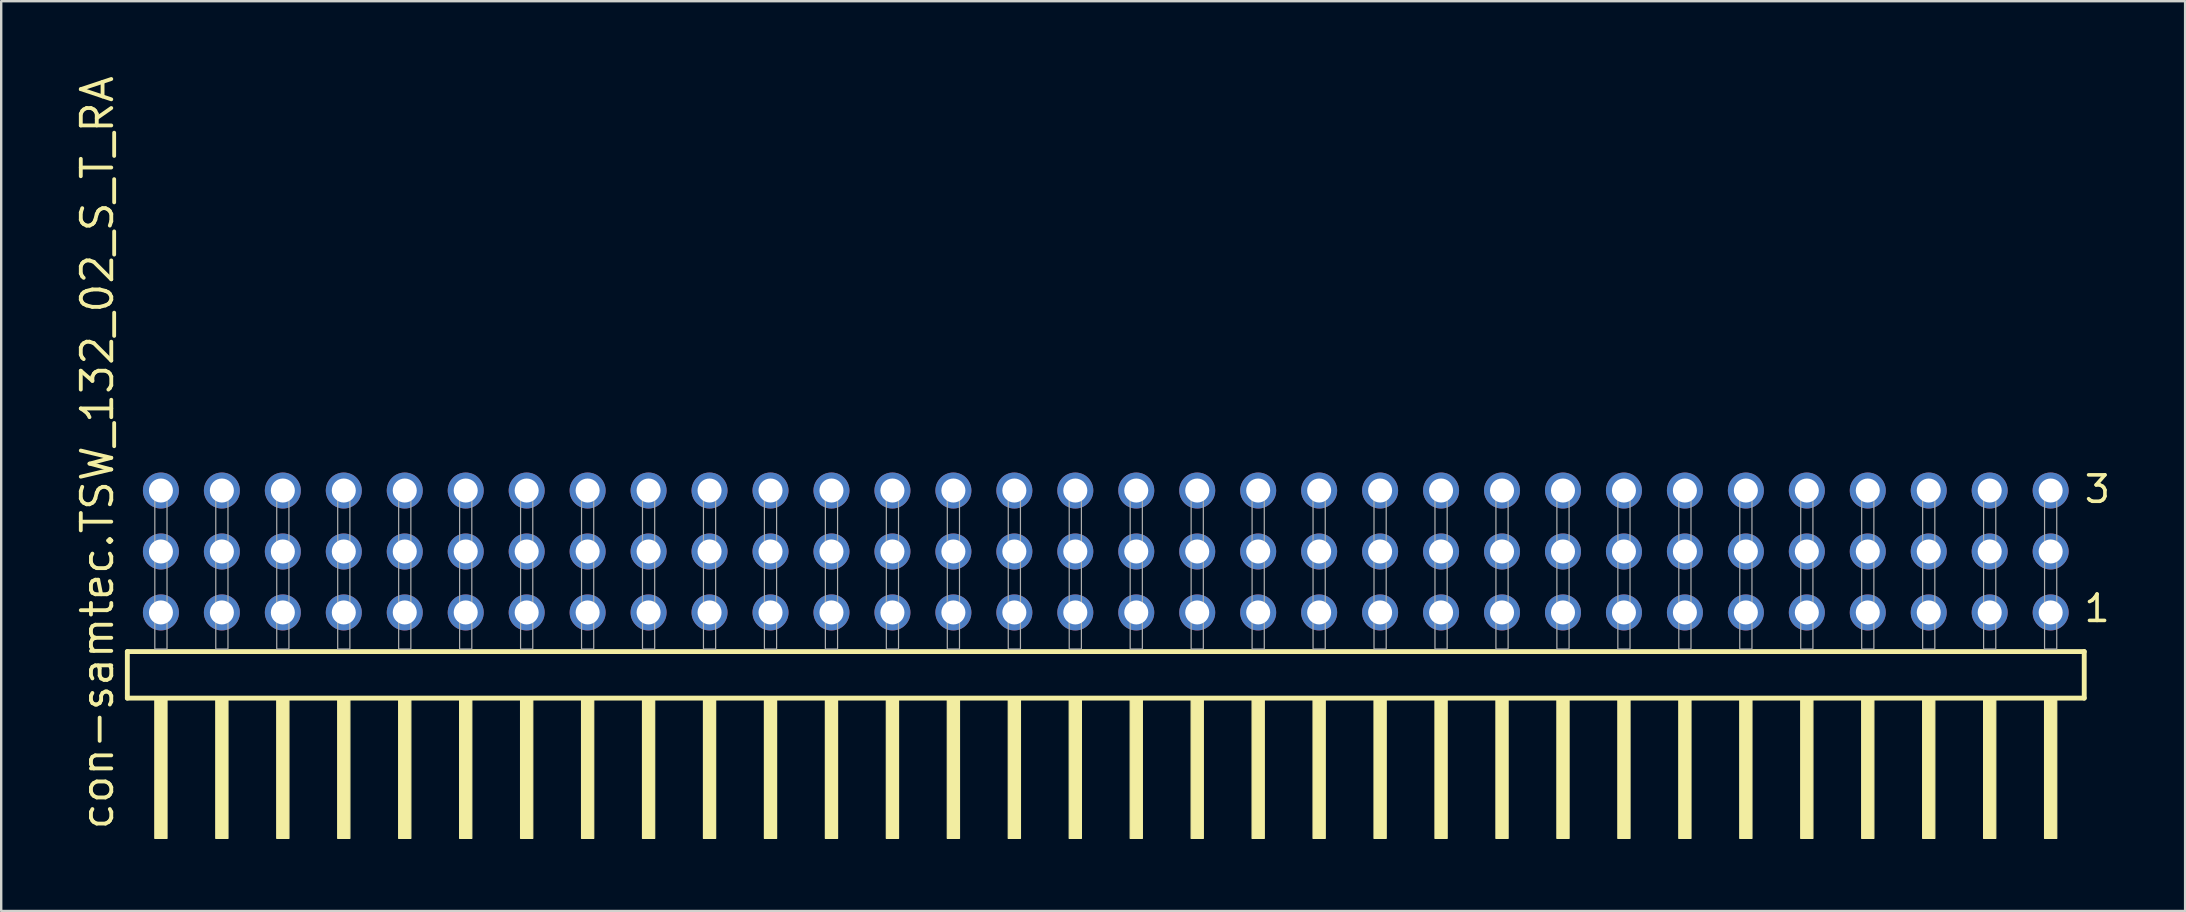
<source format=kicad_pcb>
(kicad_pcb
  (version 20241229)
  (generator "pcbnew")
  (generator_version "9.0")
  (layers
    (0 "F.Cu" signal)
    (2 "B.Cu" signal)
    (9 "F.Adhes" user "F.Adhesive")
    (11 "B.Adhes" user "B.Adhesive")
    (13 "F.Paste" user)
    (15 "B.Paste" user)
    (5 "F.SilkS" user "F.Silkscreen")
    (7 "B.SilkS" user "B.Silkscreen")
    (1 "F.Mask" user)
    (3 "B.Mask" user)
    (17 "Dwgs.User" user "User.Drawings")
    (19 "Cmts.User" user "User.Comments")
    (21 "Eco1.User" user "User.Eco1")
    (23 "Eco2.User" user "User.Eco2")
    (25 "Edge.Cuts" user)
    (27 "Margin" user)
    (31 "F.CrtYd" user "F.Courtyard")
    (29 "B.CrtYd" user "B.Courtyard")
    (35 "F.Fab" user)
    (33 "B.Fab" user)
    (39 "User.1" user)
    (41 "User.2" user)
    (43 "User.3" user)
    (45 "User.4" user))
  (footprint "con-samtec.TSW_132_02_S_T_RA"
    (layer "F.Cu")
    (at 43.025 23.993)
    (property "Reference" "con-samtec.TSW_132_02_S_T_RA" (at -41.275 7.62 90) (layer "F.SilkS") (effects (font (size 1.27 1.27) (thickness 0.16)) (justify left bottom)))
    (attr through_hole)
    (fp_line (start -40.769 0.106) (end -40.769 2.046) (stroke (width 0.203) (type default)) (layer "F.SilkS"))
    (fp_line (start -40.769 2.046) (end 40.769 2.046) (stroke (width 0.203) (type default)) (layer "F.SilkS"))
    (fp_line (start 40.769 0.106) (end -40.769 0.106) (stroke (width 0.203) (type default)) (layer "F.SilkS"))
    (fp_line (start 40.769 2.046) (end 40.769 0.106) (stroke (width 0.203) (type default)) (layer "F.SilkS"))
    (fp_rect (start -39.624 7.89) (end -39.116 2.04) (stroke (width 0.05) (type default)) (fill yes) (layer "F.SilkS"))
    (fp_rect (start -37.084 7.89) (end -36.576 2.04) (stroke (width 0.05) (type default)) (fill yes) (layer "F.SilkS"))
    (fp_rect (start -34.544 7.89) (end -34.036 2.04) (stroke (width 0.05) (type default)) (fill yes) (layer "F.SilkS"))
    (fp_rect (start -32.004 7.89) (end -31.496 2.04) (stroke (width 0.05) (type default)) (fill yes) (layer "F.SilkS"))
    (fp_rect (start -29.464 7.89) (end -28.956 2.04) (stroke (width 0.05) (type default)) (fill yes) (layer "F.SilkS"))
    (fp_rect (start -26.924 7.89) (end -26.416 2.04) (stroke (width 0.05) (type default)) (fill yes) (layer "F.SilkS"))
    (fp_rect (start -24.384 7.89) (end -23.876 2.04) (stroke (width 0.05) (type default)) (fill yes) (layer "F.SilkS"))
    (fp_rect (start -21.844 7.89) (end -21.336 2.04) (stroke (width 0.05) (type default)) (fill yes) (layer "F.SilkS"))
    (fp_rect (start -19.304 7.89) (end -18.796 2.04) (stroke (width 0.05) (type default)) (fill yes) (layer "F.SilkS"))
    (fp_rect (start -16.764 7.89) (end -16.256 2.04) (stroke (width 0.05) (type default)) (fill yes) (layer "F.SilkS"))
    (fp_rect (start -14.224 7.89) (end -13.716 2.04) (stroke (width 0.05) (type default)) (fill yes) (layer "F.SilkS"))
    (fp_rect (start -11.684 7.89) (end -11.176 2.04) (stroke (width 0.05) (type default)) (fill yes) (layer "F.SilkS"))
    (fp_rect (start -9.144 7.89) (end -8.636 2.04) (stroke (width 0.05) (type default)) (fill yes) (layer "F.SilkS"))
    (fp_rect (start -6.604 7.89) (end -6.096 2.04) (stroke (width 0.05) (type default)) (fill yes) (layer "F.SilkS"))
    (fp_rect (start -4.064 7.89) (end -3.556 2.04) (stroke (width 0.05) (type default)) (fill yes) (layer "F.SilkS"))
    (fp_rect (start -1.524 7.89) (end -1.016 2.04) (stroke (width 0.05) (type default)) (fill yes) (layer "F.SilkS"))
    (fp_rect (start 1.016 7.89) (end 1.524 2.04) (stroke (width 0.05) (type default)) (fill yes) (layer "F.SilkS"))
    (fp_rect (start 3.556 7.89) (end 4.064 2.04) (stroke (width 0.05) (type default)) (fill yes) (layer "F.SilkS"))
    (fp_rect (start 6.096 7.89) (end 6.604 2.04) (stroke (width 0.05) (type default)) (fill yes) (layer "F.SilkS"))
    (fp_rect (start 8.636 7.89) (end 9.144 2.04) (stroke (width 0.05) (type default)) (fill yes) (layer "F.SilkS"))
    (fp_rect (start 11.176 7.89) (end 11.684 2.04) (stroke (width 0.05) (type default)) (fill yes) (layer "F.SilkS"))
    (fp_rect (start 13.716 7.89) (end 14.224 2.04) (stroke (width 0.05) (type default)) (fill yes) (layer "F.SilkS"))
    (fp_rect (start 16.256 7.89) (end 16.764 2.04) (stroke (width 0.05) (type default)) (fill yes) (layer "F.SilkS"))
    (fp_rect (start 18.796 7.89) (end 19.304 2.04) (stroke (width 0.05) (type default)) (fill yes) (layer "F.SilkS"))
    (fp_rect (start 21.336 7.89) (end 21.844 2.04) (stroke (width 0.05) (type default)) (fill yes) (layer "F.SilkS"))
    (fp_rect (start 23.876 7.89) (end 24.384 2.04) (stroke (width 0.05) (type default)) (fill yes) (layer "F.SilkS"))
    (fp_rect (start 26.416 7.89) (end 26.924 2.04) (stroke (width 0.05) (type default)) (fill yes) (layer "F.SilkS"))
    (fp_rect (start 28.956 7.89) (end 29.464 2.04) (stroke (width 0.05) (type default)) (fill yes) (layer "F.SilkS"))
    (fp_rect (start 31.496 7.89) (end 32.004 2.04) (stroke (width 0.05) (type default)) (fill yes) (layer "F.SilkS"))
    (fp_rect (start 34.036 7.89) (end 34.544 2.04) (stroke (width 0.05) (type default)) (fill yes) (layer "F.SilkS"))
    (fp_rect (start 36.576 7.89) (end 37.084 2.04) (stroke (width 0.05) (type default)) (fill yes) (layer "F.SilkS"))
    (fp_rect (start 39.116 7.89) (end 39.624 2.04) (stroke (width 0.05) (type default)) (fill yes) (layer "F.SilkS"))
    (fp_rect (start -39.624 0) (end -39.116 -6.858) (stroke (width 0.05) (type default)) (fill no) (layer "F.Fab"))
    (fp_rect (start -37.084 0) (end -36.576 -6.858) (stroke (width 0.05) (type default)) (fill no) (layer "F.Fab"))
    (fp_rect (start -34.544 0) (end -34.036 -6.858) (stroke (width 0.05) (type default)) (fill no) (layer "F.Fab"))
    (fp_rect (start -32.004 0) (end -31.496 -6.858) (stroke (width 0.05) (type default)) (fill no) (layer "F.Fab"))
    (fp_rect (start -29.464 0) (end -28.956 -6.858) (stroke (width 0.05) (type default)) (fill no) (layer "F.Fab"))
    (fp_rect (start -26.924 0) (end -26.416 -6.858) (stroke (width 0.05) (type default)) (fill no) (layer "F.Fab"))
    (fp_rect (start -24.384 0) (end -23.876 -6.858) (stroke (width 0.05) (type default)) (fill no) (layer "F.Fab"))
    (fp_rect (start -21.844 0) (end -21.336 -6.858) (stroke (width 0.05) (type default)) (fill no) (layer "F.Fab"))
    (fp_rect (start -19.304 0) (end -18.796 -6.858) (stroke (width 0.05) (type default)) (fill no) (layer "F.Fab"))
    (fp_rect (start -16.764 0) (end -16.256 -6.858) (stroke (width 0.05) (type default)) (fill no) (layer "F.Fab"))
    (fp_rect (start -14.224 0) (end -13.716 -6.858) (stroke (width 0.05) (type default)) (fill no) (layer "F.Fab"))
    (fp_rect (start -11.684 0) (end -11.176 -6.858) (stroke (width 0.05) (type default)) (fill no) (layer "F.Fab"))
    (fp_rect (start -9.144 0) (end -8.636 -6.858) (stroke (width 0.05) (type default)) (fill no) (layer "F.Fab"))
    (fp_rect (start -6.604 0) (end -6.096 -6.858) (stroke (width 0.05) (type default)) (fill no) (layer "F.Fab"))
    (fp_rect (start -4.064 0) (end -3.556 -6.858) (stroke (width 0.05) (type default)) (fill no) (layer "F.Fab"))
    (fp_rect (start -1.524 0) (end -1.016 -6.858) (stroke (width 0.05) (type default)) (fill no) (layer "F.Fab"))
    (fp_rect (start 1.016 0) (end 1.524 -6.858) (stroke (width 0.05) (type default)) (fill no) (layer "F.Fab"))
    (fp_rect (start 3.556 0) (end 4.064 -6.858) (stroke (width 0.05) (type default)) (fill no) (layer "F.Fab"))
    (fp_rect (start 6.096 0) (end 6.604 -6.858) (stroke (width 0.05) (type default)) (fill no) (layer "F.Fab"))
    (fp_rect (start 8.636 0) (end 9.144 -6.858) (stroke (width 0.05) (type default)) (fill no) (layer "F.Fab"))
    (fp_rect (start 11.176 0) (end 11.684 -6.858) (stroke (width 0.05) (type default)) (fill no) (layer "F.Fab"))
    (fp_rect (start 13.716 0) (end 14.224 -6.858) (stroke (width 0.05) (type default)) (fill no) (layer "F.Fab"))
    (fp_rect (start 16.256 0) (end 16.764 -6.858) (stroke (width 0.05) (type default)) (fill no) (layer "F.Fab"))
    (fp_rect (start 18.796 0) (end 19.304 -6.858) (stroke (width 0.05) (type default)) (fill no) (layer "F.Fab"))
    (fp_rect (start 21.336 0) (end 21.844 -6.858) (stroke (width 0.05) (type default)) (fill no) (layer "F.Fab"))
    (fp_rect (start 23.876 0) (end 24.384 -6.858) (stroke (width 0.05) (type default)) (fill no) (layer "F.Fab"))
    (fp_rect (start 26.416 0) (end 26.924 -6.858) (stroke (width 0.05) (type default)) (fill no) (layer "F.Fab"))
    (fp_rect (start 28.956 0) (end 29.464 -6.858) (stroke (width 0.05) (type default)) (fill no) (layer "F.Fab"))
    (fp_rect (start 31.496 0) (end 32.004 -6.858) (stroke (width 0.05) (type default)) (fill no) (layer "F.Fab"))
    (fp_rect (start 34.036 0) (end 34.544 -6.858) (stroke (width 0.05) (type default)) (fill no) (layer "F.Fab"))
    (fp_rect (start 36.576 0) (end 37.084 -6.858) (stroke (width 0.05) (type default)) (fill no) (layer "F.Fab"))
    (fp_rect (start 39.116 0) (end 39.624 -6.858) (stroke (width 0.05) (type default)) (fill no) (layer "F.Fab"))
    (fp_text user "1" (at 40.68 -1.05 0) (layer "F.SilkS") (effects (font (size 1.1 1.1) (thickness 0.15)) (justify left bottom)))
    (fp_text user "3" (at 40.695 -6.015 0) (layer "F.SilkS") (effects (font (size 1.1 1.1) (thickness 0.15)) (justify left bottom)))
    (pad "1" thru_hole circle (at 39.37 -1.524 180) (size 1.5 1.5) (drill 1) (layers "*.Cu" "*.Mask"))
    (pad "2" thru_hole circle (at 39.37 -4.064 180) (size 1.5 1.5) (drill 1) (layers "*.Cu" "*.Mask"))
    (pad "3" thru_hole circle (at 39.37 -6.604 180) (size 1.5 1.5) (drill 1) (layers "*.Cu" "*.Mask"))
    (pad "4" thru_hole circle (at 36.83 -1.524 180) (size 1.5 1.5) (drill 1) (layers "*.Cu" "*.Mask"))
    (pad "5" thru_hole circle (at 36.83 -4.064 180) (size 1.5 1.5) (drill 1) (layers "*.Cu" "*.Mask"))
    (pad "6" thru_hole circle (at 36.83 -6.604 180) (size 1.5 1.5) (drill 1) (layers "*.Cu" "*.Mask"))
    (pad "7" thru_hole circle (at 34.29 -1.524 180) (size 1.5 1.5) (drill 1) (layers "*.Cu" "*.Mask"))
    (pad "8" thru_hole circle (at 34.29 -4.064 180) (size 1.5 1.5) (drill 1) (layers "*.Cu" "*.Mask"))
    (pad "9" thru_hole circle (at 34.29 -6.604 180) (size 1.5 1.5) (drill 1) (layers "*.Cu" "*.Mask"))
    (pad "10" thru_hole circle (at 31.75 -1.524 180) (size 1.5 1.5) (drill 1) (layers "*.Cu" "*.Mask"))
    (pad "11" thru_hole circle (at 31.75 -4.064 180) (size 1.5 1.5) (drill 1) (layers "*.Cu" "*.Mask"))
    (pad "12" thru_hole circle (at 31.75 -6.604 180) (size 1.5 1.5) (drill 1) (layers "*.Cu" "*.Mask"))
    (pad "13" thru_hole circle (at 29.21 -1.524 180) (size 1.5 1.5) (drill 1) (layers "*.Cu" "*.Mask"))
    (pad "14" thru_hole circle (at 29.21 -4.064 180) (size 1.5 1.5) (drill 1) (layers "*.Cu" "*.Mask"))
    (pad "15" thru_hole circle (at 29.21 -6.604 180) (size 1.5 1.5) (drill 1) (layers "*.Cu" "*.Mask"))
    (pad "16" thru_hole circle (at 26.67 -1.524 180) (size 1.5 1.5) (drill 1) (layers "*.Cu" "*.Mask"))
    (pad "17" thru_hole circle (at 26.67 -4.064 180) (size 1.5 1.5) (drill 1) (layers "*.Cu" "*.Mask"))
    (pad "18" thru_hole circle (at 26.67 -6.604 180) (size 1.5 1.5) (drill 1) (layers "*.Cu" "*.Mask"))
    (pad "19" thru_hole circle (at 24.13 -1.524 180) (size 1.5 1.5) (drill 1) (layers "*.Cu" "*.Mask"))
    (pad "20" thru_hole circle (at 24.13 -4.064 180) (size 1.5 1.5) (drill 1) (layers "*.Cu" "*.Mask"))
    (pad "21" thru_hole circle (at 24.13 -6.604 180) (size 1.5 1.5) (drill 1) (layers "*.Cu" "*.Mask"))
    (pad "22" thru_hole circle (at 21.59 -1.524 180) (size 1.5 1.5) (drill 1) (layers "*.Cu" "*.Mask"))
    (pad "23" thru_hole circle (at 21.59 -4.064 180) (size 1.5 1.5) (drill 1) (layers "*.Cu" "*.Mask"))
    (pad "24" thru_hole circle (at 21.59 -6.604 180) (size 1.5 1.5) (drill 1) (layers "*.Cu" "*.Mask"))
    (pad "25" thru_hole circle (at 19.05 -1.524 180) (size 1.5 1.5) (drill 1) (layers "*.Cu" "*.Mask"))
    (pad "26" thru_hole circle (at 19.05 -4.064 180) (size 1.5 1.5) (drill 1) (layers "*.Cu" "*.Mask"))
    (pad "27" thru_hole circle (at 19.05 -6.604 180) (size 1.5 1.5) (drill 1) (layers "*.Cu" "*.Mask"))
    (pad "28" thru_hole circle (at 16.51 -1.524 180) (size 1.5 1.5) (drill 1) (layers "*.Cu" "*.Mask"))
    (pad "29" thru_hole circle (at 16.51 -4.064 180) (size 1.5 1.5) (drill 1) (layers "*.Cu" "*.Mask"))
    (pad "30" thru_hole circle (at 16.51 -6.604 180) (size 1.5 1.5) (drill 1) (layers "*.Cu" "*.Mask"))
    (pad "31" thru_hole circle (at 13.97 -1.524 180) (size 1.5 1.5) (drill 1) (layers "*.Cu" "*.Mask"))
    (pad "32" thru_hole circle (at 13.97 -4.064 180) (size 1.5 1.5) (drill 1) (layers "*.Cu" "*.Mask"))
    (pad "33" thru_hole circle (at 13.97 -6.604 180) (size 1.5 1.5) (drill 1) (layers "*.Cu" "*.Mask"))
    (pad "34" thru_hole circle (at 11.43 -1.524 180) (size 1.5 1.5) (drill 1) (layers "*.Cu" "*.Mask"))
    (pad "35" thru_hole circle (at 11.43 -4.064 180) (size 1.5 1.5) (drill 1) (layers "*.Cu" "*.Mask"))
    (pad "36" thru_hole circle (at 11.43 -6.604 180) (size 1.5 1.5) (drill 1) (layers "*.Cu" "*.Mask"))
    (pad "37" thru_hole circle (at 8.89 -1.524 180) (size 1.5 1.5) (drill 1) (layers "*.Cu" "*.Mask"))
    (pad "38" thru_hole circle (at 8.89 -4.064 180) (size 1.5 1.5) (drill 1) (layers "*.Cu" "*.Mask"))
    (pad "39" thru_hole circle (at 8.89 -6.604 180) (size 1.5 1.5) (drill 1) (layers "*.Cu" "*.Mask"))
    (pad "40" thru_hole circle (at 6.35 -1.524 180) (size 1.5 1.5) (drill 1) (layers "*.Cu" "*.Mask"))
    (pad "41" thru_hole circle (at 6.35 -4.064 180) (size 1.5 1.5) (drill 1) (layers "*.Cu" "*.Mask"))
    (pad "42" thru_hole circle (at 6.35 -6.604 180) (size 1.5 1.5) (drill 1) (layers "*.Cu" "*.Mask"))
    (pad "43" thru_hole circle (at 3.81 -1.524 180) (size 1.5 1.5) (drill 1) (layers "*.Cu" "*.Mask"))
    (pad "44" thru_hole circle (at 3.81 -4.064 180) (size 1.5 1.5) (drill 1) (layers "*.Cu" "*.Mask"))
    (pad "45" thru_hole circle (at 3.81 -6.604 180) (size 1.5 1.5) (drill 1) (layers "*.Cu" "*.Mask"))
    (pad "46" thru_hole circle (at 1.27 -1.524 180) (size 1.5 1.5) (drill 1) (layers "*.Cu" "*.Mask"))
    (pad "47" thru_hole circle (at 1.27 -4.064 180) (size 1.5 1.5) (drill 1) (layers "*.Cu" "*.Mask"))
    (pad "48" thru_hole circle (at 1.27 -6.604 180) (size 1.5 1.5) (drill 1) (layers "*.Cu" "*.Mask"))
    (pad "49" thru_hole circle (at -1.27 -1.524 180) (size 1.5 1.5) (drill 1) (layers "*.Cu" "*.Mask"))
    (pad "50" thru_hole circle (at -1.27 -4.064 180) (size 1.5 1.5) (drill 1) (layers "*.Cu" "*.Mask"))
    (pad "51" thru_hole circle (at -1.27 -6.604 180) (size 1.5 1.5) (drill 1) (layers "*.Cu" "*.Mask"))
    (pad "52" thru_hole circle (at -3.81 -1.524 180) (size 1.5 1.5) (drill 1) (layers "*.Cu" "*.Mask"))
    (pad "53" thru_hole circle (at -3.81 -4.064 180) (size 1.5 1.5) (drill 1) (layers "*.Cu" "*.Mask"))
    (pad "54" thru_hole circle (at -3.81 -6.604 180) (size 1.5 1.5) (drill 1) (layers "*.Cu" "*.Mask"))
    (pad "55" thru_hole circle (at -6.35 -1.524 180) (size 1.5 1.5) (drill 1) (layers "*.Cu" "*.Mask"))
    (pad "56" thru_hole circle (at -6.35 -4.064 180) (size 1.5 1.5) (drill 1) (layers "*.Cu" "*.Mask"))
    (pad "57" thru_hole circle (at -6.35 -6.604 180) (size 1.5 1.5) (drill 1) (layers "*.Cu" "*.Mask"))
    (pad "58" thru_hole circle (at -8.89 -1.524 180) (size 1.5 1.5) (drill 1) (layers "*.Cu" "*.Mask"))
    (pad "59" thru_hole circle (at -8.89 -4.064 180) (size 1.5 1.5) (drill 1) (layers "*.Cu" "*.Mask"))
    (pad "60" thru_hole circle (at -8.89 -6.604 180) (size 1.5 1.5) (drill 1) (layers "*.Cu" "*.Mask"))
    (pad "61" thru_hole circle (at -11.43 -1.524 180) (size 1.5 1.5) (drill 1) (layers "*.Cu" "*.Mask"))
    (pad "62" thru_hole circle (at -11.43 -4.064 180) (size 1.5 1.5) (drill 1) (layers "*.Cu" "*.Mask"))
    (pad "63" thru_hole circle (at -11.43 -6.604 180) (size 1.5 1.5) (drill 1) (layers "*.Cu" "*.Mask"))
    (pad "64" thru_hole circle (at -13.97 -1.524 180) (size 1.5 1.5) (drill 1) (layers "*.Cu" "*.Mask"))
    (pad "65" thru_hole circle (at -13.97 -4.064 180) (size 1.5 1.5) (drill 1) (layers "*.Cu" "*.Mask"))
    (pad "66" thru_hole circle (at -13.97 -6.604 180) (size 1.5 1.5) (drill 1) (layers "*.Cu" "*.Mask"))
    (pad "67" thru_hole circle (at -16.51 -1.524 180) (size 1.5 1.5) (drill 1) (layers "*.Cu" "*.Mask"))
    (pad "68" thru_hole circle (at -16.51 -4.064 180) (size 1.5 1.5) (drill 1) (layers "*.Cu" "*.Mask"))
    (pad "69" thru_hole circle (at -16.51 -6.604 180) (size 1.5 1.5) (drill 1) (layers "*.Cu" "*.Mask"))
    (pad "70" thru_hole circle (at -19.05 -1.524 180) (size 1.5 1.5) (drill 1) (layers "*.Cu" "*.Mask"))
    (pad "71" thru_hole circle (at -19.05 -4.064 180) (size 1.5 1.5) (drill 1) (layers "*.Cu" "*.Mask"))
    (pad "72" thru_hole circle (at -19.05 -6.604 180) (size 1.5 1.5) (drill 1) (layers "*.Cu" "*.Mask"))
    (pad "73" thru_hole circle (at -21.59 -1.524 180) (size 1.5 1.5) (drill 1) (layers "*.Cu" "*.Mask"))
    (pad "74" thru_hole circle (at -21.59 -4.064 180) (size 1.5 1.5) (drill 1) (layers "*.Cu" "*.Mask"))
    (pad "75" thru_hole circle (at -21.59 -6.604 180) (size 1.5 1.5) (drill 1) (layers "*.Cu" "*.Mask"))
    (pad "76" thru_hole circle (at -24.13 -1.524 180) (size 1.5 1.5) (drill 1) (layers "*.Cu" "*.Mask"))
    (pad "77" thru_hole circle (at -24.13 -4.064 180) (size 1.5 1.5) (drill 1) (layers "*.Cu" "*.Mask"))
    (pad "78" thru_hole circle (at -24.13 -6.604 180) (size 1.5 1.5) (drill 1) (layers "*.Cu" "*.Mask"))
    (pad "79" thru_hole circle (at -26.67 -1.524 180) (size 1.5 1.5) (drill 1) (layers "*.Cu" "*.Mask"))
    (pad "80" thru_hole circle (at -26.67 -4.064 180) (size 1.5 1.5) (drill 1) (layers "*.Cu" "*.Mask"))
    (pad "81" thru_hole circle (at -26.67 -6.604 180) (size 1.5 1.5) (drill 1) (layers "*.Cu" "*.Mask"))
    (pad "82" thru_hole circle (at -29.21 -1.524 180) (size 1.5 1.5) (drill 1) (layers "*.Cu" "*.Mask"))
    (pad "83" thru_hole circle (at -29.21 -4.064 180) (size 1.5 1.5) (drill 1) (layers "*.Cu" "*.Mask"))
    (pad "84" thru_hole circle (at -29.21 -6.604 180) (size 1.5 1.5) (drill 1) (layers "*.Cu" "*.Mask"))
    (pad "85" thru_hole circle (at -31.75 -1.524 180) (size 1.5 1.5) (drill 1) (layers "*.Cu" "*.Mask"))
    (pad "86" thru_hole circle (at -31.75 -4.064 180) (size 1.5 1.5) (drill 1) (layers "*.Cu" "*.Mask"))
    (pad "87" thru_hole circle (at -31.75 -6.604 180) (size 1.5 1.5) (drill 1) (layers "*.Cu" "*.Mask"))
    (pad "88" thru_hole circle (at -34.29 -1.524 180) (size 1.5 1.5) (drill 1) (layers "*.Cu" "*.Mask"))
    (pad "89" thru_hole circle (at -34.29 -4.064 180) (size 1.5 1.5) (drill 1) (layers "*.Cu" "*.Mask"))
    (pad "90" thru_hole circle (at -34.29 -6.604 180) (size 1.5 1.5) (drill 1) (layers "*.Cu" "*.Mask"))
    (pad "91" thru_hole circle (at -36.83 -1.524 180) (size 1.5 1.5) (drill 1) (layers "*.Cu" "*.Mask"))
    (pad "92" thru_hole circle (at -36.83 -4.064 180) (size 1.5 1.5) (drill 1) (layers "*.Cu" "*.Mask"))
    (pad "93" thru_hole circle (at -36.83 -6.604 180) (size 1.5 1.5) (drill 1) (layers "*.Cu" "*.Mask"))
    (pad "94" thru_hole circle (at -39.37 -1.524 180) (size 1.5 1.5) (drill 1) (layers "*.Cu" "*.Mask"))
    (pad "95" thru_hole circle (at -39.37 -4.064 180) (size 1.5 1.5) (drill 1) (layers "*.Cu" "*.Mask"))
    (pad "96" thru_hole circle (at -39.37 -6.604 180) (size 1.5 1.5) (drill 1) (layers "*.Cu" "*.Mask")))
  (gr_rect
    (start -3 -3)
    (end 87.998 34.908)
    (stroke (width 0.1) (type default))
    (fill no)
    (layer "Edge.Cuts")))
</source>
